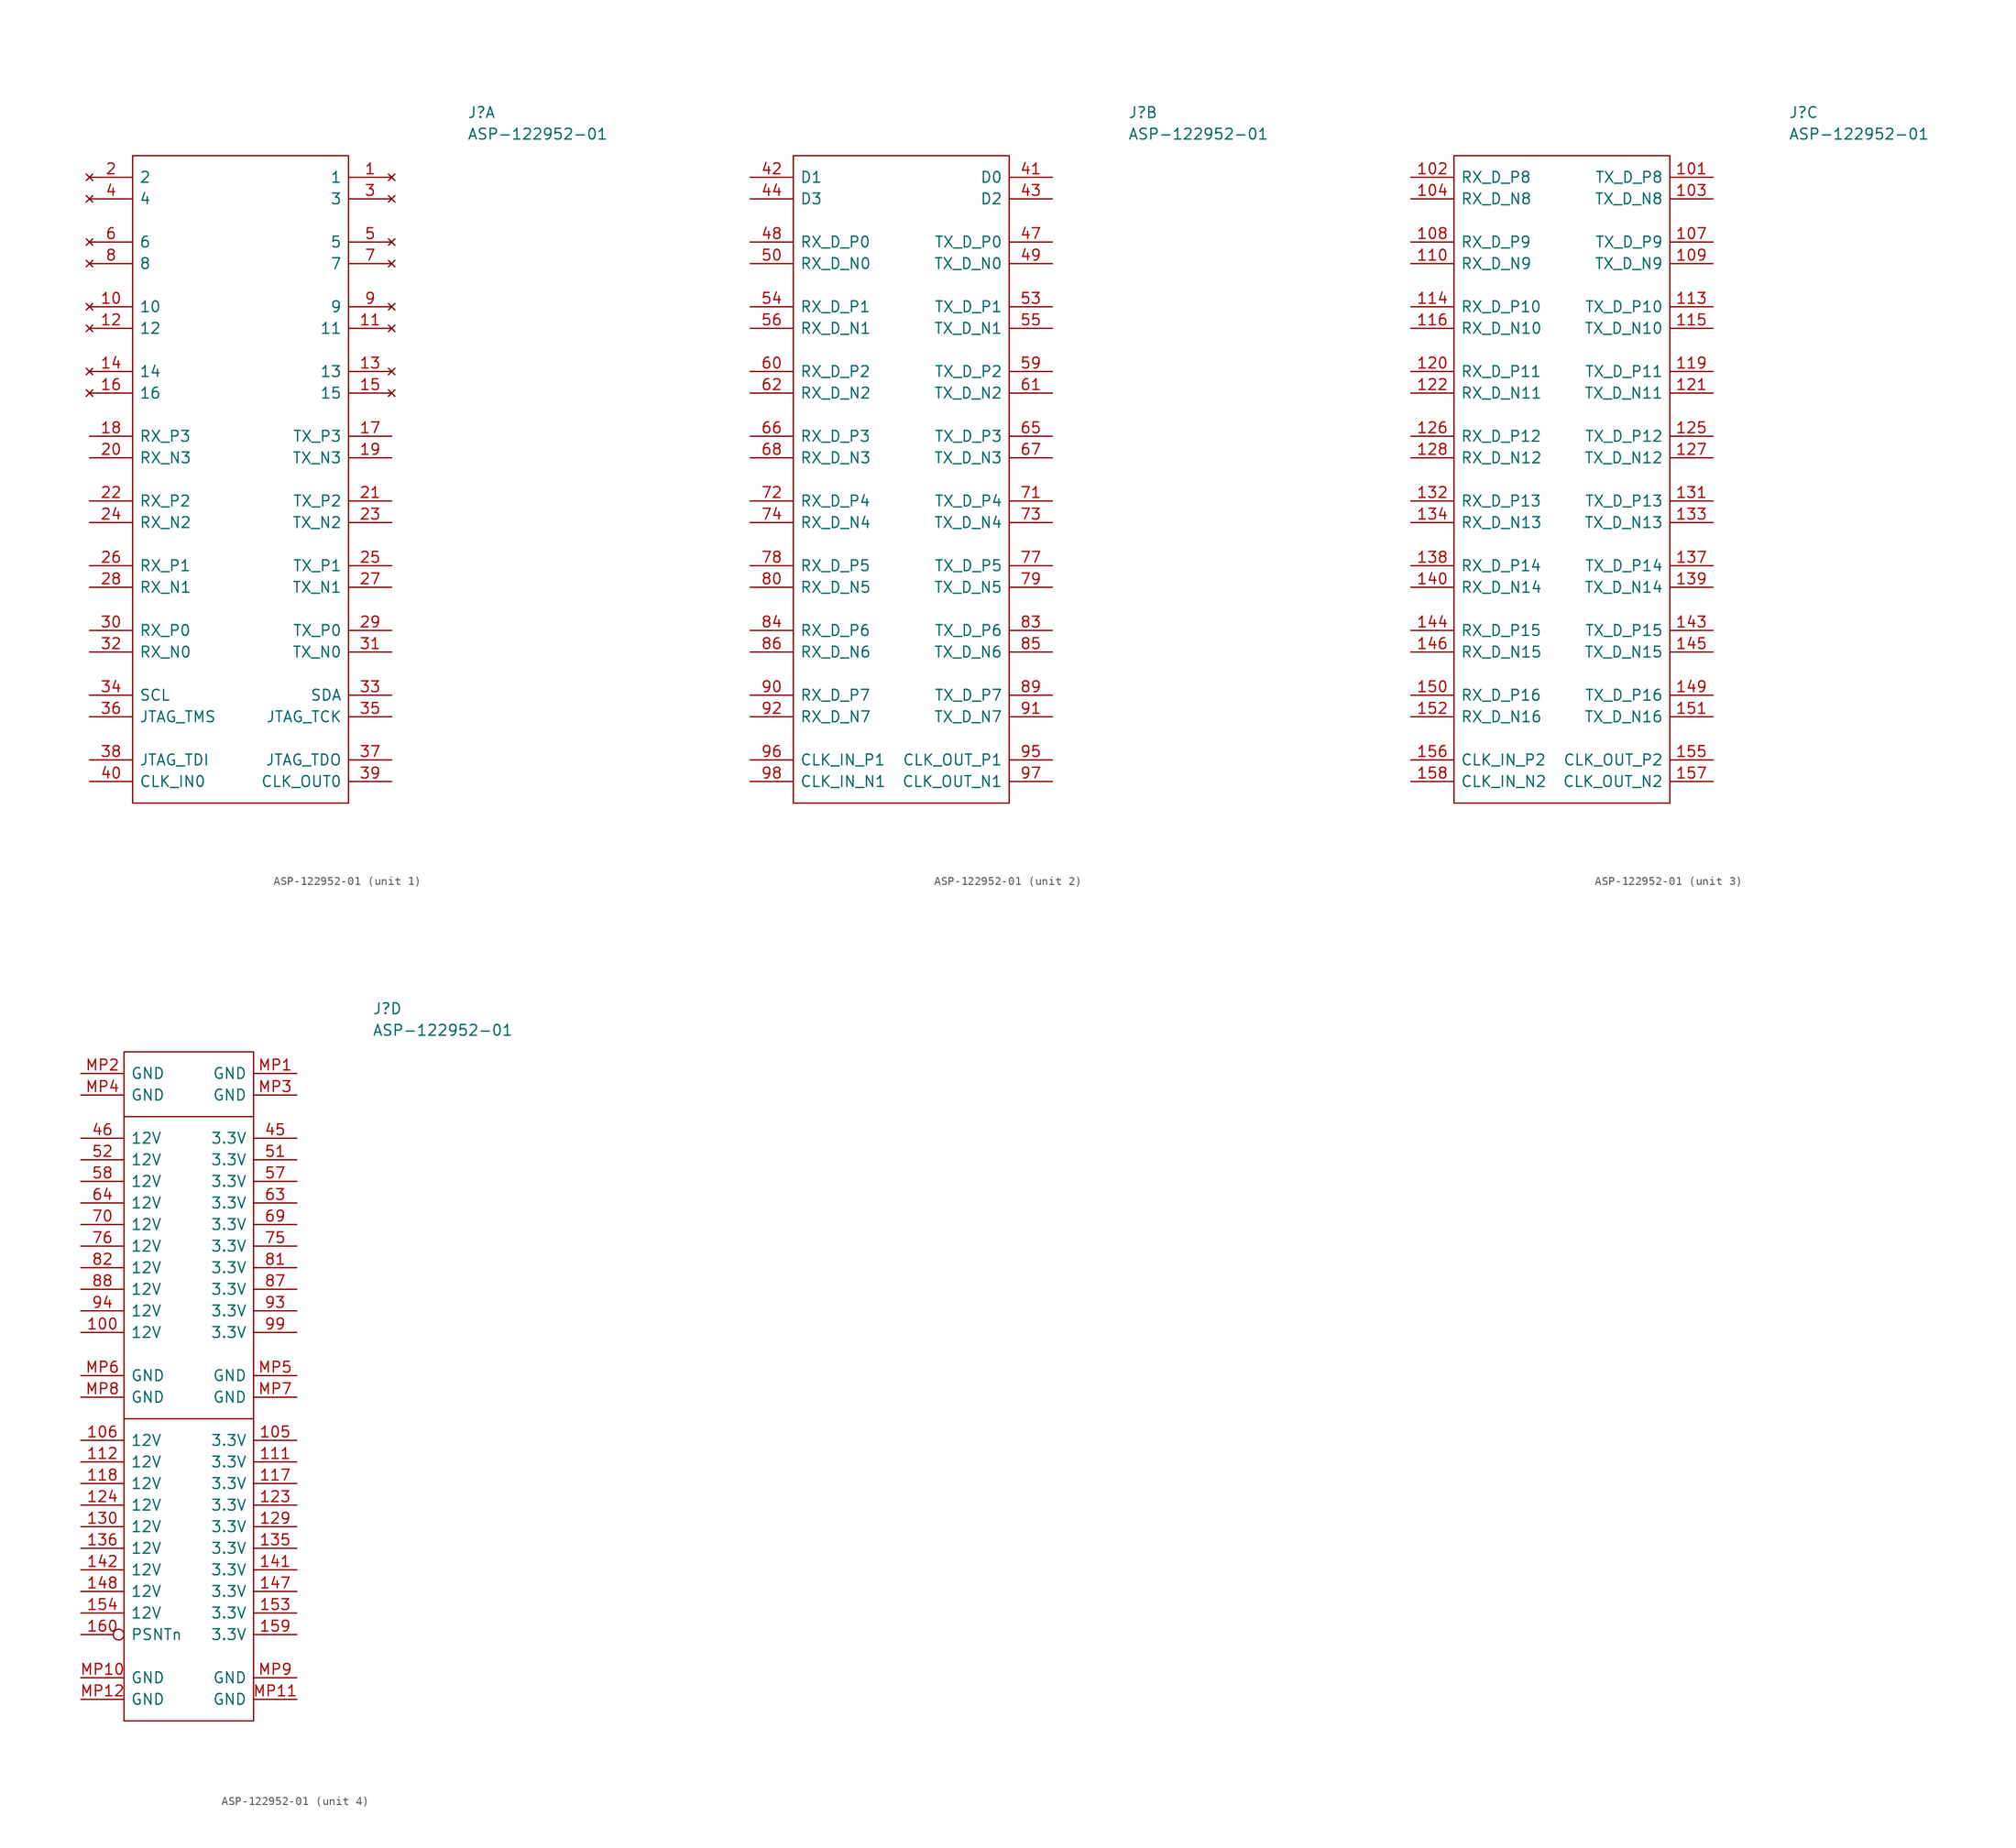
<source format=kicad_sym>
(kicad_symbol_lib
  (version 20231120)
  (generator "kicad_symbol_editor")
  (generator_version "8.0")
  (symbol "ASP-122952-01"
    (pin_names
      (offset 0.762))
    (property "Reference" "J"
      (at 8.89 7.62 0)
      (effects (font (size 1.27 1.27)) (justify left)))
    (property "Value" "ASP-122952-01"
      (at 8.89 5.08 0)
      (effects (font (size 1.27 1.27)) (justify left)))
    (symbol "ASP-122952-01_1_0"
      (pin no_connect line (at 0 0 180) (length 5.08) (name "1" (effects (font (size 1.27 1.27)))) (number "1" (effects (font (size 1.27 1.27)))))
      (pin no_connect line (at -35.56 -15.24 0) (length 5.08) (name "10" (effects (font (size 1.27 1.27)))) (number "10" (effects (font (size 1.27 1.27)))))
      (pin no_connect line (at 0 -17.78 180) (length 5.08) (name "11" (effects (font (size 1.27 1.27)))) (number "11" (effects (font (size 1.27 1.27)))))
      (pin no_connect line (at -35.56 -17.78 0) (length 5.08) (name "12" (effects (font (size 1.27 1.27)))) (number "12" (effects (font (size 1.27 1.27)))))
      (pin no_connect line (at 0 -22.86 180) (length 5.08) (name "13" (effects (font (size 1.27 1.27)))) (number "13" (effects (font (size 1.27 1.27)))))
      (pin no_connect line (at -35.56 -22.86 0) (length 5.08) (name "14" (effects (font (size 1.27 1.27)))) (number "14" (effects (font (size 1.27 1.27)))))
      (pin no_connect line (at 0 -25.4 180) (length 5.08) (name "15" (effects (font (size 1.27 1.27)))) (number "15" (effects (font (size 1.27 1.27)))))
      (pin no_connect line (at -35.56 -25.4 0) (length 5.08) (name "16" (effects (font (size 1.27 1.27)))) (number "16" (effects (font (size 1.27 1.27)))))
      (pin output line (at 0 -30.48 180) (length 5.08) (name "TX_P3" (effects (font (size 1.27 1.27)))) (number "17" (effects (font (size 1.27 1.27)))))
      (pin input line (at -35.56 -30.48 0) (length 5.08) (name "RX_P3" (effects (font (size 1.27 1.27)))) (number "18" (effects (font (size 1.27 1.27)))))
      (pin output line (at 0 -33.02 180) (length 5.08) (name "TX_N3" (effects (font (size 1.27 1.27)))) (number "19" (effects (font (size 1.27 1.27)))))
      (pin no_connect line (at -35.56 0 0) (length 5.08) (name "2" (effects (font (size 1.27 1.27)))) (number "2" (effects (font (size 1.27 1.27)))))
      (pin input line (at -35.56 -33.02 0) (length 5.08) (name "RX_N3" (effects (font (size 1.27 1.27)))) (number "20" (effects (font (size 1.27 1.27)))))
      (pin output line (at 0 -38.1 180) (length 5.08) (name "TX_P2" (effects (font (size 1.27 1.27)))) (number "21" (effects (font (size 1.27 1.27)))))
      (pin input line (at -35.56 -38.1 0) (length 5.08) (name "RX_P2" (effects (font (size 1.27 1.27)))) (number "22" (effects (font (size 1.27 1.27)))))
      (pin output line (at 0 -40.64 180) (length 5.08) (name "TX_N2" (effects (font (size 1.27 1.27)))) (number "23" (effects (font (size 1.27 1.27)))))
      (pin input line (at -35.56 -40.64 0) (length 5.08) (name "RX_N2" (effects (font (size 1.27 1.27)))) (number "24" (effects (font (size 1.27 1.27)))))
      (pin output line (at 0 -45.72 180) (length 5.08) (name "TX_P1" (effects (font (size 1.27 1.27)))) (number "25" (effects (font (size 1.27 1.27)))))
      (pin input line (at -35.56 -45.72 0) (length 5.08) (name "RX_P1" (effects (font (size 1.27 1.27)))) (number "26" (effects (font (size 1.27 1.27)))))
      (pin output line (at 0 -48.26 180) (length 5.08) (name "TX_N1" (effects (font (size 1.27 1.27)))) (number "27" (effects (font (size 1.27 1.27)))))
      (pin input line (at -35.56 -48.26 0) (length 5.08) (name "RX_N1" (effects (font (size 1.27 1.27)))) (number "28" (effects (font (size 1.27 1.27)))))
      (pin output line (at 0 -53.34 180) (length 5.08) (name "TX_P0" (effects (font (size 1.27 1.27)))) (number "29" (effects (font (size 1.27 1.27)))))
      (pin no_connect line (at 0 -2.54 180) (length 5.08) (name "3" (effects (font (size 1.27 1.27)))) (number "3" (effects (font (size 1.27 1.27)))))
      (pin input line (at -35.56 -53.34 0) (length 5.08) (name "RX_P0" (effects (font (size 1.27 1.27)))) (number "30" (effects (font (size 1.27 1.27)))))
      (pin output line (at 0 -55.88 180) (length 5.08) (name "TX_N0" (effects (font (size 1.27 1.27)))) (number "31" (effects (font (size 1.27 1.27)))))
      (pin input line (at -35.56 -55.88 0) (length 5.08) (name "RX_N0" (effects (font (size 1.27 1.27)))) (number "32" (effects (font (size 1.27 1.27)))))
      (pin bidirectional line (at 0 -60.96 180) (length 5.08) (name "SDA" (effects (font (size 1.27 1.27)))) (number "33" (effects (font (size 1.27 1.27)))))
      (pin bidirectional line (at -35.56 -60.96 0) (length 5.08) (name "SCL" (effects (font (size 1.27 1.27)))) (number "34" (effects (font (size 1.27 1.27)))))
      (pin bidirectional line (at 0 -63.5 180) (length 5.08) (name "JTAG_TCK" (effects (font (size 1.27 1.27)))) (number "35" (effects (font (size 1.27 1.27)))))
      (pin input line (at -35.56 -63.5 0) (length 5.08) (name "JTAG_TMS" (effects (font (size 1.27 1.27)))) (number "36" (effects (font (size 1.27 1.27)))))
      (pin output line (at 0 -68.58 180) (length 5.08) (name "JTAG_TDO" (effects (font (size 1.27 1.27)))) (number "37" (effects (font (size 1.27 1.27)))))
      (pin input line (at -35.56 -68.58 0) (length 5.08) (name "JTAG_TDI" (effects (font (size 1.27 1.27)))) (number "38" (effects (font (size 1.27 1.27)))))
      (pin bidirectional line (at 0 -71.12 180) (length 5.08) (name "CLK_OUT0" (effects (font (size 1.27 1.27)))) (number "39" (effects (font (size 1.27 1.27)))))
      (pin no_connect line (at -35.56 -2.54 0) (length 5.08) (name "4" (effects (font (size 1.27 1.27)))) (number "4" (effects (font (size 1.27 1.27)))))
      (pin bidirectional line (at -35.56 -71.12 0) (length 5.08) (name "CLK_IN0" (effects (font (size 1.27 1.27)))) (number "40" (effects (font (size 1.27 1.27)))))
      (pin no_connect line (at 0 -7.62 180) (length 5.08) (name "5" (effects (font (size 1.27 1.27)))) (number "5" (effects (font (size 1.27 1.27)))))
      (pin no_connect line (at -35.56 -7.62 0) (length 5.08) (name "6" (effects (font (size 1.27 1.27)))) (number "6" (effects (font (size 1.27 1.27)))))
      (pin no_connect line (at 0 -10.16 180) (length 5.08) (name "7" (effects (font (size 1.27 1.27)))) (number "7" (effects (font (size 1.27 1.27)))))
      (pin no_connect line (at -35.56 -10.16 0) (length 5.08) (name "8" (effects (font (size 1.27 1.27)))) (number "8" (effects (font (size 1.27 1.27)))))
      (pin no_connect line (at 0 -15.24 180) (length 5.08) (name "9" (effects (font (size 1.27 1.27)))) (number "9" (effects (font (size 1.27 1.27))))))
    (symbol "ASP-122952-01_1_1"
      (rectangle (start -30.48 2.54) (end -5.08 -73.66) (stroke (width 0) (type default)) (fill (type none))))
    (symbol "ASP-122952-01_2_0"
      (pin bidirectional line (at 0 0 180) (length 5.08) (name "D0" (effects (font (size 1.27 1.27)))) (number "41" (effects (font (size 1.27 1.27)))))
      (pin bidirectional line (at -35.56 0 0) (length 5.08) (name "D1" (effects (font (size 1.27 1.27)))) (number "42" (effects (font (size 1.27 1.27)))))
      (pin bidirectional line (at 0 -2.54 180) (length 5.08) (name "D2" (effects (font (size 1.27 1.27)))) (number "43" (effects (font (size 1.27 1.27)))))
      (pin bidirectional line (at -35.56 -2.54 0) (length 5.08) (name "D3" (effects (font (size 1.27 1.27)))) (number "44" (effects (font (size 1.27 1.27)))))
      (pin bidirectional line (at 0 -7.62 180) (length 5.08) (name "TX_D_P0" (effects (font (size 1.27 1.27)))) (number "47" (effects (font (size 1.27 1.27)))))
      (pin bidirectional line (at -35.56 -7.62 0) (length 5.08) (name "RX_D_P0" (effects (font (size 1.27 1.27)))) (number "48" (effects (font (size 1.27 1.27)))))
      (pin bidirectional line (at 0 -10.16 180) (length 5.08) (name "TX_D_N0" (effects (font (size 1.27 1.27)))) (number "49" (effects (font (size 1.27 1.27)))))
      (pin bidirectional line (at -35.56 -10.16 0) (length 5.08) (name "RX_D_N0" (effects (font (size 1.27 1.27)))) (number "50" (effects (font (size 1.27 1.27)))))
      (pin bidirectional line (at 0 -15.24 180) (length 5.08) (name "TX_D_P1" (effects (font (size 1.27 1.27)))) (number "53" (effects (font (size 1.27 1.27)))))
      (pin bidirectional line (at -35.56 -15.24 0) (length 5.08) (name "RX_D_P1" (effects (font (size 1.27 1.27)))) (number "54" (effects (font (size 1.27 1.27)))))
      (pin bidirectional line (at 0 -17.78 180) (length 5.08) (name "TX_D_N1" (effects (font (size 1.27 1.27)))) (number "55" (effects (font (size 1.27 1.27)))))
      (pin bidirectional line (at -35.56 -17.78 0) (length 5.08) (name "RX_D_N1" (effects (font (size 1.27 1.27)))) (number "56" (effects (font (size 1.27 1.27)))))
      (pin bidirectional line (at 0 -22.86 180) (length 5.08) (name "TX_D_P2" (effects (font (size 1.27 1.27)))) (number "59" (effects (font (size 1.27 1.27)))))
      (pin bidirectional line (at -35.56 -22.86 0) (length 5.08) (name "RX_D_P2" (effects (font (size 1.27 1.27)))) (number "60" (effects (font (size 1.27 1.27)))))
      (pin bidirectional line (at 0 -25.4 180) (length 5.08) (name "TX_D_N2" (effects (font (size 1.27 1.27)))) (number "61" (effects (font (size 1.27 1.27)))))
      (pin bidirectional line (at -35.56 -25.4 0) (length 5.08) (name "RX_D_N2" (effects (font (size 1.27 1.27)))) (number "62" (effects (font (size 1.27 1.27)))))
      (pin bidirectional line (at 0 -30.48 180) (length 5.08) (name "TX_D_P3" (effects (font (size 1.27 1.27)))) (number "65" (effects (font (size 1.27 1.27)))))
      (pin bidirectional line (at -35.56 -30.48 0) (length 5.08) (name "RX_D_P3" (effects (font (size 1.27 1.27)))) (number "66" (effects (font (size 1.27 1.27)))))
      (pin bidirectional line (at 0 -33.02 180) (length 5.08) (name "TX_D_N3" (effects (font (size 1.27 1.27)))) (number "67" (effects (font (size 1.27 1.27)))))
      (pin bidirectional line (at -35.56 -33.02 0) (length 5.08) (name "RX_D_N3" (effects (font (size 1.27 1.27)))) (number "68" (effects (font (size 1.27 1.27)))))
      (pin bidirectional line (at 0 -38.1 180) (length 5.08) (name "TX_D_P4" (effects (font (size 1.27 1.27)))) (number "71" (effects (font (size 1.27 1.27)))))
      (pin bidirectional line (at -35.56 -38.1 0) (length 5.08) (name "RX_D_P4" (effects (font (size 1.27 1.27)))) (number "72" (effects (font (size 1.27 1.27)))))
      (pin bidirectional line (at 0 -40.64 180) (length 5.08) (name "TX_D_N4" (effects (font (size 1.27 1.27)))) (number "73" (effects (font (size 1.27 1.27)))))
      (pin bidirectional line (at -35.56 -40.64 0) (length 5.08) (name "RX_D_N4" (effects (font (size 1.27 1.27)))) (number "74" (effects (font (size 1.27 1.27)))))
      (pin bidirectional line (at 0 -45.72 180) (length 5.08) (name "TX_D_P5" (effects (font (size 1.27 1.27)))) (number "77" (effects (font (size 1.27 1.27)))))
      (pin bidirectional line (at -35.56 -45.72 0) (length 5.08) (name "RX_D_P5" (effects (font (size 1.27 1.27)))) (number "78" (effects (font (size 1.27 1.27)))))
      (pin bidirectional line (at 0 -48.26 180) (length 5.08) (name "TX_D_N5" (effects (font (size 1.27 1.27)))) (number "79" (effects (font (size 1.27 1.27)))))
      (pin bidirectional line (at -35.56 -48.26 0) (length 5.08) (name "RX_D_N5" (effects (font (size 1.27 1.27)))) (number "80" (effects (font (size 1.27 1.27)))))
      (pin bidirectional line (at 0 -53.34 180) (length 5.08) (name "TX_D_P6" (effects (font (size 1.27 1.27)))) (number "83" (effects (font (size 1.27 1.27)))))
      (pin bidirectional line (at -35.56 -53.34 0) (length 5.08) (name "RX_D_P6" (effects (font (size 1.27 1.27)))) (number "84" (effects (font (size 1.27 1.27)))))
      (pin bidirectional line (at 0 -55.88 180) (length 5.08) (name "TX_D_N6" (effects (font (size 1.27 1.27)))) (number "85" (effects (font (size 1.27 1.27)))))
      (pin bidirectional line (at -35.56 -55.88 0) (length 5.08) (name "RX_D_N6" (effects (font (size 1.27 1.27)))) (number "86" (effects (font (size 1.27 1.27)))))
      (pin bidirectional line (at 0 -60.96 180) (length 5.08) (name "TX_D_P7" (effects (font (size 1.27 1.27)))) (number "89" (effects (font (size 1.27 1.27)))))
      (pin bidirectional line (at -35.56 -60.96 0) (length 5.08) (name "RX_D_P7" (effects (font (size 1.27 1.27)))) (number "90" (effects (font (size 1.27 1.27)))))
      (pin bidirectional line (at 0 -63.5 180) (length 5.08) (name "TX_D_N7" (effects (font (size 1.27 1.27)))) (number "91" (effects (font (size 1.27 1.27)))))
      (pin bidirectional line (at -35.56 -63.5 0) (length 5.08) (name "RX_D_N7" (effects (font (size 1.27 1.27)))) (number "92" (effects (font (size 1.27 1.27)))))
      (pin bidirectional line (at 0 -68.58 180) (length 5.08) (name "CLK_OUT_P1" (effects (font (size 1.27 1.27)))) (number "95" (effects (font (size 1.27 1.27)))))
      (pin bidirectional line (at -35.56 -68.58 0) (length 5.08) (name "CLK_IN_P1" (effects (font (size 1.27 1.27)))) (number "96" (effects (font (size 1.27 1.27)))))
      (pin bidirectional line (at 0 -71.12 180) (length 5.08) (name "CLK_OUT_N1" (effects (font (size 1.27 1.27)))) (number "97" (effects (font (size 1.27 1.27)))))
      (pin bidirectional line (at -35.56 -71.12 0) (length 5.08) (name "CLK_IN_N1" (effects (font (size 1.27 1.27)))) (number "98" (effects (font (size 1.27 1.27))))))
    (symbol "ASP-122952-01_2_1"
      (rectangle (start -30.48 2.54) (end -5.08 -73.66) (stroke (width 0) (type default)) (fill (type none))))
    (symbol "ASP-122952-01_3_0"
      (pin bidirectional line (at 0 0 180) (length 5.08) (name "TX_D_P8" (effects (font (size 1.27 1.27)))) (number "101" (effects (font (size 1.27 1.27)))))
      (pin bidirectional line (at -35.56 0 0) (length 5.08) (name "RX_D_P8" (effects (font (size 1.27 1.27)))) (number "102" (effects (font (size 1.27 1.27)))))
      (pin bidirectional line (at 0 -2.54 180) (length 5.08) (name "TX_D_N8" (effects (font (size 1.27 1.27)))) (number "103" (effects (font (size 1.27 1.27)))))
      (pin bidirectional line (at -35.56 -2.54 0) (length 5.08) (name "RX_D_N8" (effects (font (size 1.27 1.27)))) (number "104" (effects (font (size 1.27 1.27)))))
      (pin bidirectional line (at 0 -7.62 180) (length 5.08) (name "TX_D_P9" (effects (font (size 1.27 1.27)))) (number "107" (effects (font (size 1.27 1.27)))))
      (pin bidirectional line (at -35.56 -7.62 0) (length 5.08) (name "RX_D_P9" (effects (font (size 1.27 1.27)))) (number "108" (effects (font (size 1.27 1.27)))))
      (pin bidirectional line (at 0 -10.16 180) (length 5.08) (name "TX_D_N9" (effects (font (size 1.27 1.27)))) (number "109" (effects (font (size 1.27 1.27)))))
      (pin bidirectional line (at -35.56 -10.16 0) (length 5.08) (name "RX_D_N9" (effects (font (size 1.27 1.27)))) (number "110" (effects (font (size 1.27 1.27)))))
      (pin bidirectional line (at 0 -15.24 180) (length 5.08) (name "TX_D_P10" (effects (font (size 1.27 1.27)))) (number "113" (effects (font (size 1.27 1.27)))))
      (pin bidirectional line (at -35.56 -15.24 0) (length 5.08) (name "RX_D_P10" (effects (font (size 1.27 1.27)))) (number "114" (effects (font (size 1.27 1.27)))))
      (pin bidirectional line (at 0 -17.78 180) (length 5.08) (name "TX_D_N10" (effects (font (size 1.27 1.27)))) (number "115" (effects (font (size 1.27 1.27)))))
      (pin bidirectional line (at -35.56 -17.78 0) (length 5.08) (name "RX_D_N10" (effects (font (size 1.27 1.27)))) (number "116" (effects (font (size 1.27 1.27)))))
      (pin bidirectional line (at 0 -22.86 180) (length 5.08) (name "TX_D_P11" (effects (font (size 1.27 1.27)))) (number "119" (effects (font (size 1.27 1.27)))))
      (pin bidirectional line (at -35.56 -22.86 0) (length 5.08) (name "RX_D_P11" (effects (font (size 1.27 1.27)))) (number "120" (effects (font (size 1.27 1.27)))))
      (pin bidirectional line (at 0 -25.4 180) (length 5.08) (name "TX_D_N11" (effects (font (size 1.27 1.27)))) (number "121" (effects (font (size 1.27 1.27)))))
      (pin bidirectional line (at -35.56 -25.4 0) (length 5.08) (name "RX_D_N11" (effects (font (size 1.27 1.27)))) (number "122" (effects (font (size 1.27 1.27)))))
      (pin bidirectional line (at 0 -30.48 180) (length 5.08) (name "TX_D_P12" (effects (font (size 1.27 1.27)))) (number "125" (effects (font (size 1.27 1.27)))))
      (pin bidirectional line (at -35.56 -30.48 0) (length 5.08) (name "RX_D_P12" (effects (font (size 1.27 1.27)))) (number "126" (effects (font (size 1.27 1.27)))))
      (pin bidirectional line (at 0 -33.02 180) (length 5.08) (name "TX_D_N12" (effects (font (size 1.27 1.27)))) (number "127" (effects (font (size 1.27 1.27)))))
      (pin bidirectional line (at -35.56 -33.02 0) (length 5.08) (name "RX_D_N12" (effects (font (size 1.27 1.27)))) (number "128" (effects (font (size 1.27 1.27)))))
      (pin bidirectional line (at 0 -38.1 180) (length 5.08) (name "TX_D_P13" (effects (font (size 1.27 1.27)))) (number "131" (effects (font (size 1.27 1.27)))))
      (pin bidirectional line (at -35.56 -38.1 0) (length 5.08) (name "RX_D_P13" (effects (font (size 1.27 1.27)))) (number "132" (effects (font (size 1.27 1.27)))))
      (pin bidirectional line (at 0 -40.64 180) (length 5.08) (name "TX_D_N13" (effects (font (size 1.27 1.27)))) (number "133" (effects (font (size 1.27 1.27)))))
      (pin bidirectional line (at -35.56 -40.64 0) (length 5.08) (name "RX_D_N13" (effects (font (size 1.27 1.27)))) (number "134" (effects (font (size 1.27 1.27)))))
      (pin bidirectional line (at 0 -45.72 180) (length 5.08) (name "TX_D_P14" (effects (font (size 1.27 1.27)))) (number "137" (effects (font (size 1.27 1.27)))))
      (pin bidirectional line (at -35.56 -45.72 0) (length 5.08) (name "RX_D_P14" (effects (font (size 1.27 1.27)))) (number "138" (effects (font (size 1.27 1.27)))))
      (pin bidirectional line (at 0 -48.26 180) (length 5.08) (name "TX_D_N14" (effects (font (size 1.27 1.27)))) (number "139" (effects (font (size 1.27 1.27)))))
      (pin bidirectional line (at -35.56 -48.26 0) (length 5.08) (name "RX_D_N14" (effects (font (size 1.27 1.27)))) (number "140" (effects (font (size 1.27 1.27)))))
      (pin bidirectional line (at 0 -53.34 180) (length 5.08) (name "TX_D_P15" (effects (font (size 1.27 1.27)))) (number "143" (effects (font (size 1.27 1.27)))))
      (pin bidirectional line (at -35.56 -53.34 0) (length 5.08) (name "RX_D_P15" (effects (font (size 1.27 1.27)))) (number "144" (effects (font (size 1.27 1.27)))))
      (pin bidirectional line (at 0 -55.88 180) (length 5.08) (name "TX_D_N15" (effects (font (size 1.27 1.27)))) (number "145" (effects (font (size 1.27 1.27)))))
      (pin bidirectional line (at -35.56 -55.88 0) (length 5.08) (name "RX_D_N15" (effects (font (size 1.27 1.27)))) (number "146" (effects (font (size 1.27 1.27)))))
      (pin bidirectional line (at 0 -60.96 180) (length 5.08) (name "TX_D_P16" (effects (font (size 1.27 1.27)))) (number "149" (effects (font (size 1.27 1.27)))))
      (pin bidirectional line (at -35.56 -60.96 0) (length 5.08) (name "RX_D_P16" (effects (font (size 1.27 1.27)))) (number "150" (effects (font (size 1.27 1.27)))))
      (pin bidirectional line (at 0 -63.5 180) (length 5.08) (name "TX_D_N16" (effects (font (size 1.27 1.27)))) (number "151" (effects (font (size 1.27 1.27)))))
      (pin bidirectional line (at -35.56 -63.5 0) (length 5.08) (name "RX_D_N16" (effects (font (size 1.27 1.27)))) (number "152" (effects (font (size 1.27 1.27)))))
      (pin bidirectional line (at 0 -68.58 180) (length 5.08) (name "CLK_OUT_P2" (effects (font (size 1.27 1.27)))) (number "155" (effects (font (size 1.27 1.27)))))
      (pin bidirectional line (at -35.56 -68.58 0) (length 5.08) (name "CLK_IN_P2" (effects (font (size 1.27 1.27)))) (number "156" (effects (font (size 1.27 1.27)))))
      (pin bidirectional line (at 0 -71.12 180) (length 5.08) (name "CLK_OUT_N2" (effects (font (size 1.27 1.27)))) (number "157" (effects (font (size 1.27 1.27)))))
      (pin bidirectional line (at -35.56 -71.12 0) (length 5.08) (name "CLK_IN_N2" (effects (font (size 1.27 1.27)))) (number "158" (effects (font (size 1.27 1.27))))))
    (symbol "ASP-122952-01_3_1"
      (rectangle (start -30.48 2.54) (end -5.08 -73.66) (stroke (width 0) (type default)) (fill (type none))))
    (symbol "ASP-122952-01_4_0"
      (pin passive line (at -25.4 -30.48 0) (length 5.08) (name "12V" (effects (font (size 1.27 1.27)))) (number "100" (effects (font (size 1.27 1.27)))))
      (pin passive line (at 0 -43.18 180) (length 5.08) (name "3.3V" (effects (font (size 1.27 1.27)))) (number "105" (effects (font (size 1.27 1.27)))))
      (pin passive line (at -25.4 -43.18 0) (length 5.08) (name "12V" (effects (font (size 1.27 1.27)))) (number "106" (effects (font (size 1.27 1.27)))))
      (pin passive line (at 0 -45.72 180) (length 5.08) (name "3.3V" (effects (font (size 1.27 1.27)))) (number "111" (effects (font (size 1.27 1.27)))))
      (pin passive line (at -25.4 -45.72 0) (length 5.08) (name "12V" (effects (font (size 1.27 1.27)))) (number "112" (effects (font (size 1.27 1.27)))))
      (pin passive line (at 0 -48.26 180) (length 5.08) (name "3.3V" (effects (font (size 1.27 1.27)))) (number "117" (effects (font (size 1.27 1.27)))))
      (pin passive line (at -25.4 -48.26 0) (length 5.08) (name "12V" (effects (font (size 1.27 1.27)))) (number "118" (effects (font (size 1.27 1.27)))))
      (pin passive line (at 0 -50.8 180) (length 5.08) (name "3.3V" (effects (font (size 1.27 1.27)))) (number "123" (effects (font (size 1.27 1.27)))))
      (pin passive line (at -25.4 -50.8 0) (length 5.08) (name "12V" (effects (font (size 1.27 1.27)))) (number "124" (effects (font (size 1.27 1.27)))))
      (pin passive line (at 0 -53.34 180) (length 5.08) (name "3.3V" (effects (font (size 1.27 1.27)))) (number "129" (effects (font (size 1.27 1.27)))))
      (pin passive line (at -25.4 -53.34 0) (length 5.08) (name "12V" (effects (font (size 1.27 1.27)))) (number "130" (effects (font (size 1.27 1.27)))))
      (pin passive line (at 0 -55.88 180) (length 5.08) (name "3.3V" (effects (font (size 1.27 1.27)))) (number "135" (effects (font (size 1.27 1.27)))))
      (pin passive line (at -25.4 -55.88 0) (length 5.08) (name "12V" (effects (font (size 1.27 1.27)))) (number "136" (effects (font (size 1.27 1.27)))))
      (pin passive line (at 0 -58.42 180) (length 5.08) (name "3.3V" (effects (font (size 1.27 1.27)))) (number "141" (effects (font (size 1.27 1.27)))))
      (pin passive line (at -25.4 -58.42 0) (length 5.08) (name "12V" (effects (font (size 1.27 1.27)))) (number "142" (effects (font (size 1.27 1.27)))))
      (pin passive line (at 0 -60.96 180) (length 5.08) (name "3.3V" (effects (font (size 1.27 1.27)))) (number "147" (effects (font (size 1.27 1.27)))))
      (pin passive line (at -25.4 -60.96 0) (length 5.08) (name "12V" (effects (font (size 1.27 1.27)))) (number "148" (effects (font (size 1.27 1.27)))))
      (pin passive line (at 0 -63.5 180) (length 5.08) (name "3.3V" (effects (font (size 1.27 1.27)))) (number "153" (effects (font (size 1.27 1.27)))))
      (pin passive line (at -25.4 -63.5 0) (length 5.08) (name "12V" (effects (font (size 1.27 1.27)))) (number "154" (effects (font (size 1.27 1.27)))))
      (pin passive line (at 0 -66.04 180) (length 5.08) (name "3.3V" (effects (font (size 1.27 1.27)))) (number "159" (effects (font (size 1.27 1.27)))))
      (pin input inverted (at -25.4 -66.04 0) (length 5.08) (name "PSNTn" (effects (font (size 1.27 1.27)))) (number "160" (effects (font (size 1.27 1.27)))))
      (pin passive line (at 0 -7.62 180) (length 5.08) (name "3.3V" (effects (font (size 1.27 1.27)))) (number "45" (effects (font (size 1.27 1.27)))))
      (pin passive line (at -25.4 -7.62 0) (length 5.08) (name "12V" (effects (font (size 1.27 1.27)))) (number "46" (effects (font (size 1.27 1.27)))))
      (pin passive line (at 0 -10.16 180) (length 5.08) (name "3.3V" (effects (font (size 1.27 1.27)))) (number "51" (effects (font (size 1.27 1.27)))))
      (pin passive line (at -25.4 -10.16 0) (length 5.08) (name "12V" (effects (font (size 1.27 1.27)))) (number "52" (effects (font (size 1.27 1.27)))))
      (pin passive line (at 0 -12.7 180) (length 5.08) (name "3.3V" (effects (font (size 1.27 1.27)))) (number "57" (effects (font (size 1.27 1.27)))))
      (pin passive line (at -25.4 -12.7 0) (length 5.08) (name "12V" (effects (font (size 1.27 1.27)))) (number "58" (effects (font (size 1.27 1.27)))))
      (pin passive line (at 0 -15.24 180) (length 5.08) (name "3.3V" (effects (font (size 1.27 1.27)))) (number "63" (effects (font (size 1.27 1.27)))))
      (pin passive line (at -25.4 -15.24 0) (length 5.08) (name "12V" (effects (font (size 1.27 1.27)))) (number "64" (effects (font (size 1.27 1.27)))))
      (pin passive line (at 0 -17.78 180) (length 5.08) (name "3.3V" (effects (font (size 1.27 1.27)))) (number "69" (effects (font (size 1.27 1.27)))))
      (pin passive line (at -25.4 -17.78 0) (length 5.08) (name "12V" (effects (font (size 1.27 1.27)))) (number "70" (effects (font (size 1.27 1.27)))))
      (pin passive line (at 0 -20.32 180) (length 5.08) (name "3.3V" (effects (font (size 1.27 1.27)))) (number "75" (effects (font (size 1.27 1.27)))))
      (pin passive line (at -25.4 -20.32 0) (length 5.08) (name "12V" (effects (font (size 1.27 1.27)))) (number "76" (effects (font (size 1.27 1.27)))))
      (pin passive line (at 0 -22.86 180) (length 5.08) (name "3.3V" (effects (font (size 1.27 1.27)))) (number "81" (effects (font (size 1.27 1.27)))))
      (pin passive line (at -25.4 -22.86 0) (length 5.08) (name "12V" (effects (font (size 1.27 1.27)))) (number "82" (effects (font (size 1.27 1.27)))))
      (pin passive line (at 0 -25.4 180) (length 5.08) (name "3.3V" (effects (font (size 1.27 1.27)))) (number "87" (effects (font (size 1.27 1.27)))))
      (pin passive line (at -25.4 -25.4 0) (length 5.08) (name "12V" (effects (font (size 1.27 1.27)))) (number "88" (effects (font (size 1.27 1.27)))))
      (pin passive line (at 0 -27.94 180) (length 5.08) (name "3.3V" (effects (font (size 1.27 1.27)))) (number "93" (effects (font (size 1.27 1.27)))))
      (pin passive line (at -25.4 -27.94 0) (length 5.08) (name "12V" (effects (font (size 1.27 1.27)))) (number "94" (effects (font (size 1.27 1.27)))))
      (pin passive line (at 0 -30.48 180) (length 5.08) (name "3.3V" (effects (font (size 1.27 1.27)))) (number "99" (effects (font (size 1.27 1.27)))))
      (pin passive line (at 0 0 180) (length 5.08) (name "GND" (effects (font (size 1.27 1.27)))) (number "MP1" (effects (font (size 1.27 1.27)))))
      (pin passive line (at -25.4 -71.12 0) (length 5.08) (name "GND" (effects (font (size 1.27 1.27)))) (number "MP10" (effects (font (size 1.27 1.27)))))
      (pin passive line (at 0 -73.66 180) (length 5.08) (name "GND" (effects (font (size 1.27 1.27)))) (number "MP11" (effects (font (size 1.27 1.27)))))
      (pin passive line (at -25.4 -73.66 0) (length 5.08) (name "GND" (effects (font (size 1.27 1.27)))) (number "MP12" (effects (font (size 1.27 1.27)))))
      (pin passive line (at -25.4 0 0) (length 5.08) (name "GND" (effects (font (size 1.27 1.27)))) (number "MP2" (effects (font (size 1.27 1.27)))))
      (pin passive line (at 0 -2.54 180) (length 5.08) (name "GND" (effects (font (size 1.27 1.27)))) (number "MP3" (effects (font (size 1.27 1.27)))))
      (pin passive line (at -25.4 -2.54 0) (length 5.08) (name "GND" (effects (font (size 1.27 1.27)))) (number "MP4" (effects (font (size 1.27 1.27)))))
      (pin passive line (at 0 -35.56 180) (length 5.08) (name "GND" (effects (font (size 1.27 1.27)))) (number "MP5" (effects (font (size 1.27 1.27)))))
      (pin passive line (at -25.4 -35.56 0) (length 5.08) (name "GND" (effects (font (size 1.27 1.27)))) (number "MP6" (effects (font (size 1.27 1.27)))))
      (pin passive line (at 0 -38.1 180) (length 5.08) (name "GND" (effects (font (size 1.27 1.27)))) (number "MP7" (effects (font (size 1.27 1.27)))))
      (pin passive line (at -25.4 -38.1 0) (length 5.08) (name "GND" (effects (font (size 1.27 1.27)))) (number "MP8" (effects (font (size 1.27 1.27)))))
      (pin passive line (at 0 -71.12 180) (length 5.08) (name "GND" (effects (font (size 1.27 1.27)))) (number "MP9" (effects (font (size 1.27 1.27))))))
    (symbol "ASP-122952-01_4_1"
      (rectangle (start -20.32 2.54) (end -5.08 -76.2) (stroke (width 0) (type default)) (fill (type none)))
      (polyline (pts (xy -20.32 -40.64) (xy -5.08 -40.64)) (stroke (width 0) (type default)) (fill (type none)))
      (polyline (pts (xy -20.32 -5.08) (xy -5.08 -5.08)) (stroke (width 0) (type default)) (fill (type none))))))
</source>
